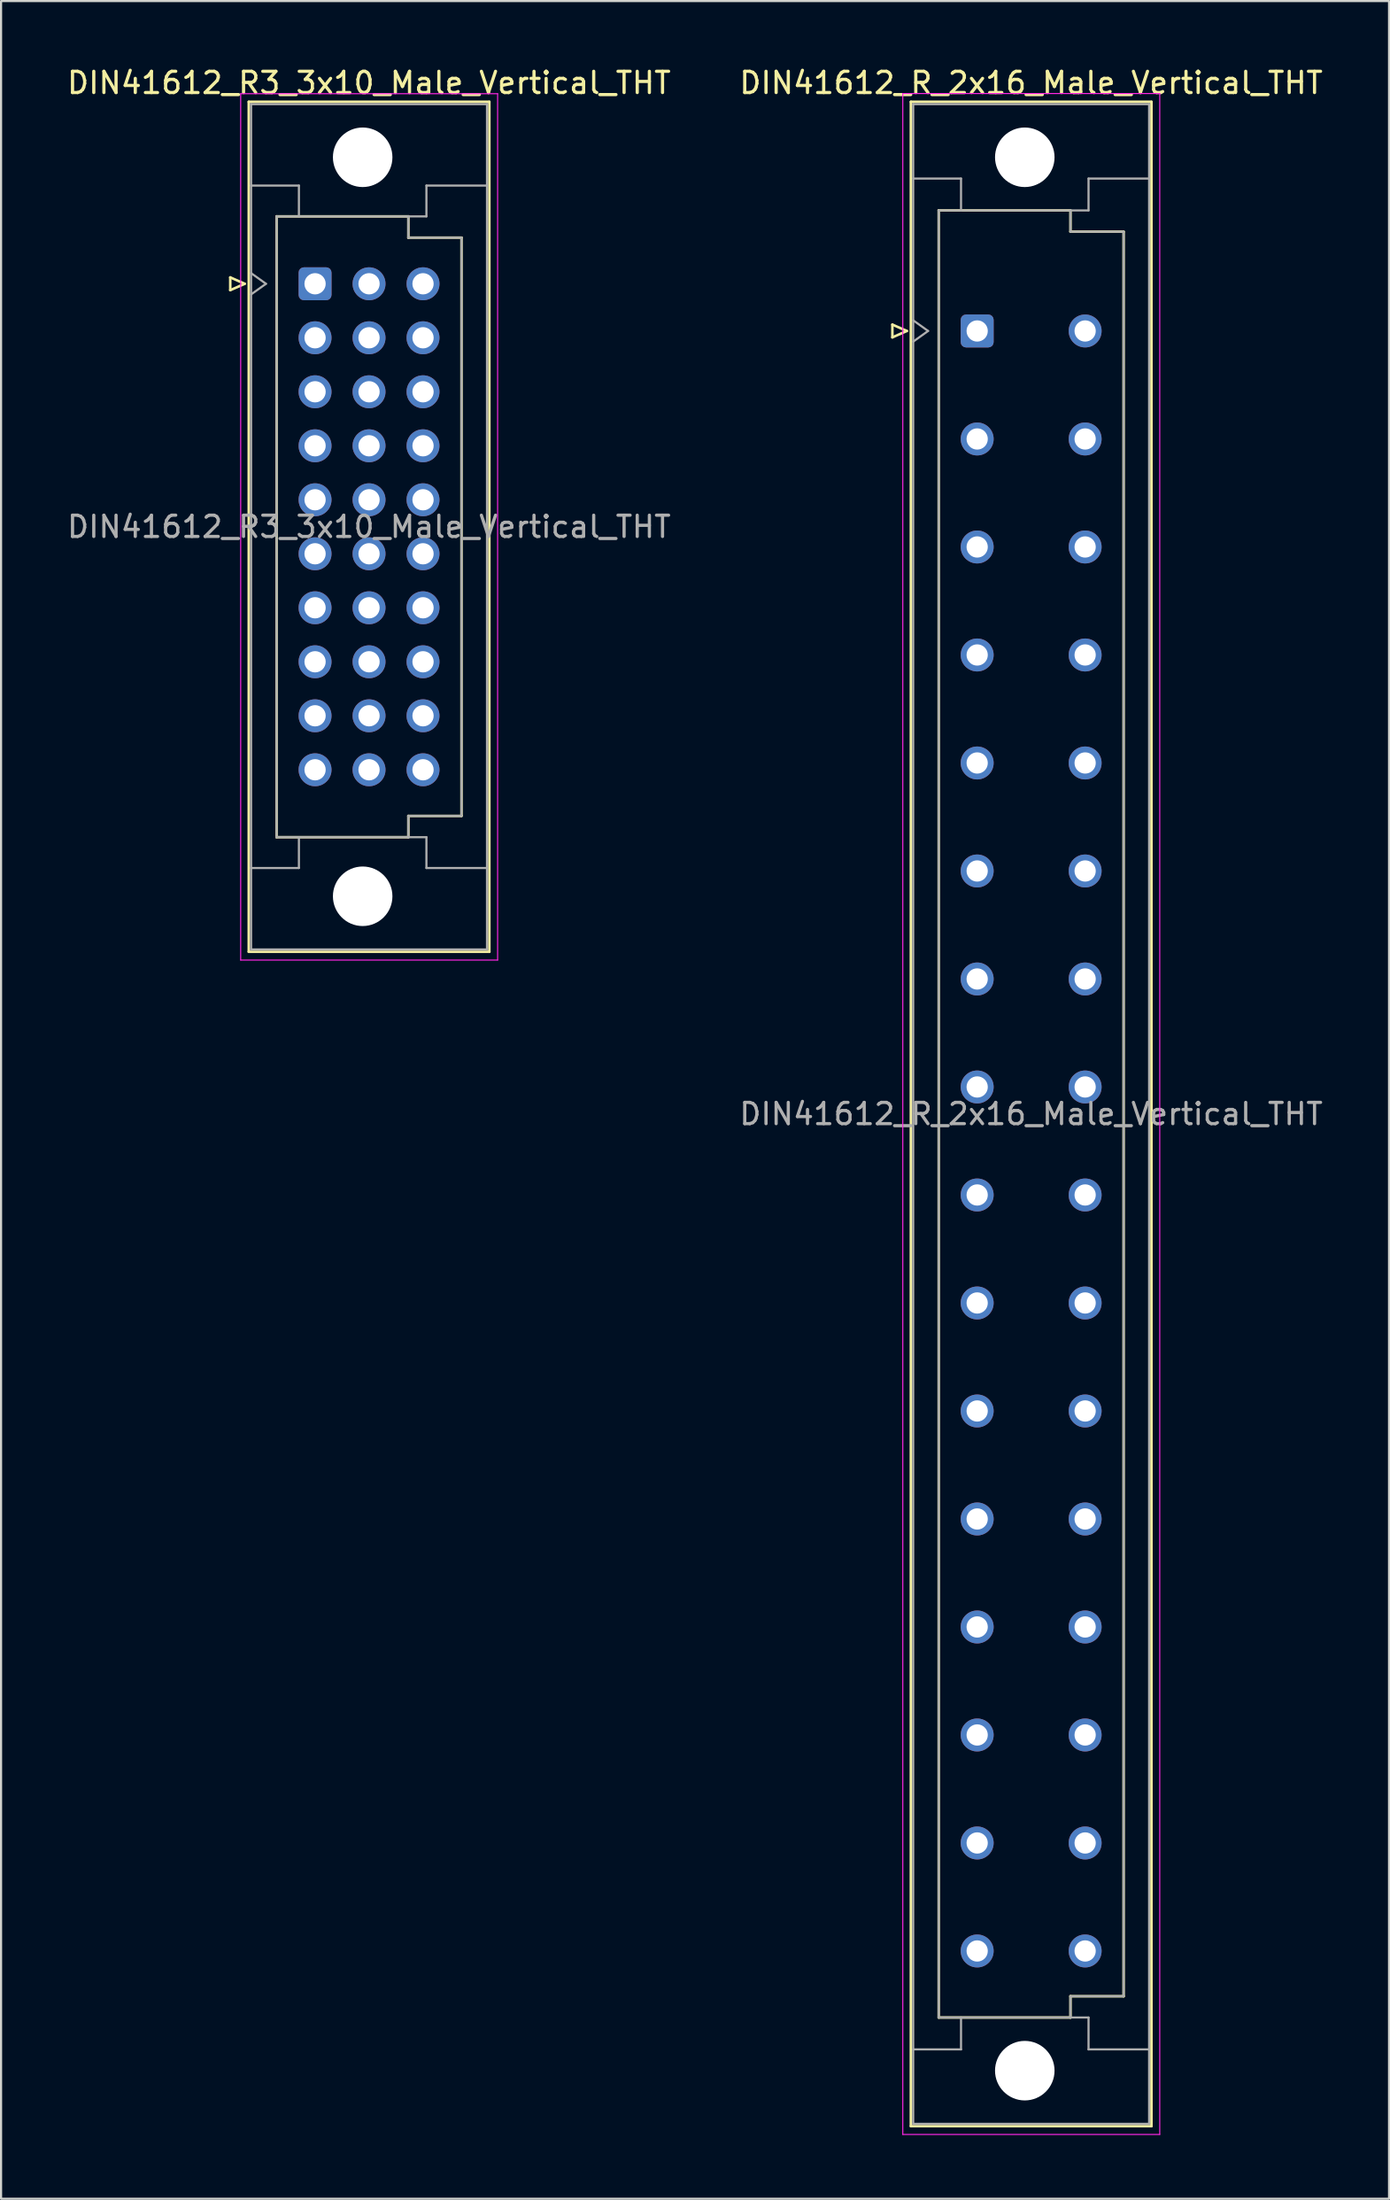
<source format=kicad_pcb>
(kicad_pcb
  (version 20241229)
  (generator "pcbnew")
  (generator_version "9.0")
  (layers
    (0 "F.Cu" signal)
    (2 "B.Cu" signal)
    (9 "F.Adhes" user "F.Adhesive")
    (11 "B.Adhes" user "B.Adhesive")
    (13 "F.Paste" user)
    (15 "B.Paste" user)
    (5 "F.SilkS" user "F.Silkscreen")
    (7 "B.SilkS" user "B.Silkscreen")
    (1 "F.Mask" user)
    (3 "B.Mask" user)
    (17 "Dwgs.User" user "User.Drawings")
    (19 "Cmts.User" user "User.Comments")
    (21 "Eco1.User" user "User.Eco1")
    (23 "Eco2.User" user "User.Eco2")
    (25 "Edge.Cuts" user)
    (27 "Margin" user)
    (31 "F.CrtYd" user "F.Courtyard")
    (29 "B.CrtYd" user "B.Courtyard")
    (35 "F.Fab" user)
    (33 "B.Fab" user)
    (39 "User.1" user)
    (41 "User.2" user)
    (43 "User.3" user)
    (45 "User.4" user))
  (footprint "DIN41612_R3_3x10_Male_Vertical_THT"
    (layer "F.Cu")
    (at 11.775 10.298)
    (property "Reference" "DIN41612_R3_3x10_Male_Vertical_THT" (at 2.54 -9.45 0) (layer "F.SilkS") (effects (font (size 1 1) (thickness 0.15))))
    (attr through_hole)
    (fp_line (start -3.99 -0.3) (end -3.99 0.3) (stroke (width 0.12) (type solid)) (layer "F.SilkS"))
    (fp_line (start -3.99 0.3) (end -3.31 0) (stroke (width 0.12) (type solid)) (layer "F.SilkS"))
    (fp_line (start -3.31 0) (end -3.99 -0.3) (stroke (width 0.12) (type solid)) (layer "F.SilkS"))
    (fp_line (start -3.12 -8.56) (end 8.2 -8.56) (stroke (width 0.12) (type solid)) (layer "F.SilkS"))
    (fp_line (start -3.12 31.42) (end -3.12 -8.56) (stroke (width 0.12) (type solid)) (layer "F.SilkS"))
    (fp_line (start -1.81 -3.17) (end 4.39 -3.17) (stroke (width 0.12) (type solid)) (layer "F.SilkS"))
    (fp_line (start -1.81 26.03) (end -1.81 -3.17) (stroke (width 0.12) (type solid)) (layer "F.SilkS"))
    (fp_line (start 4.39 -3.17) (end 4.39 -2.17) (stroke (width 0.12) (type solid)) (layer "F.SilkS"))
    (fp_line (start 4.39 -2.17) (end 6.89 -2.17) (stroke (width 0.12) (type solid)) (layer "F.SilkS"))
    (fp_line (start 4.39 25.03) (end 4.39 26.03) (stroke (width 0.12) (type solid)) (layer "F.SilkS"))
    (fp_line (start 4.39 26.03) (end -1.81 26.03) (stroke (width 0.12) (type solid)) (layer "F.SilkS"))
    (fp_line (start 6.89 -2.17) (end 6.89 25.03) (stroke (width 0.12) (type solid)) (layer "F.SilkS"))
    (fp_line (start 6.89 25.03) (end 4.39 25.03) (stroke (width 0.12) (type solid)) (layer "F.SilkS"))
    (fp_line (start 8.2 -8.56) (end 8.2 31.42) (stroke (width 0.12) (type solid)) (layer "F.SilkS"))
    (fp_line (start 8.2 31.42) (end -3.12 31.42) (stroke (width 0.12) (type solid)) (layer "F.SilkS"))
    (fp_line (start -3.5 -8.94) (end 8.59 -8.94) (stroke (width 0.05) (type solid)) (layer "F.CrtYd"))
    (fp_line (start -3.5 31.81) (end -3.5 -8.94) (stroke (width 0.05) (type solid)) (layer "F.CrtYd"))
    (fp_line (start 8.59 -8.94) (end 8.59 31.81) (stroke (width 0.05) (type solid)) (layer "F.CrtYd"))
    (fp_line (start 8.59 31.81) (end -3.5 31.81) (stroke (width 0.05) (type solid)) (layer "F.CrtYd"))
    (fp_line (start -3.01 -8.45) (end 8.09 -8.45) (stroke (width 0.1) (type solid)) (layer "F.Fab"))
    (fp_line (start -3.01 -4.62) (end -0.76 -4.62) (stroke (width 0.1) (type solid)) (layer "F.Fab"))
    (fp_line (start -3.01 -0.5) (end -2.31 0) (stroke (width 0.1) (type solid)) (layer "F.Fab"))
    (fp_line (start -3.01 27.48) (end -0.76 27.48) (stroke (width 0.1) (type solid)) (layer "F.Fab"))
    (fp_line (start -3.01 31.31) (end -3.01 -8.45) (stroke (width 0.1) (type solid)) (layer "F.Fab"))
    (fp_line (start -2.31 0) (end -3.01 0.5) (stroke (width 0.1) (type solid)) (layer "F.Fab"))
    (fp_line (start -1.81 -3.17) (end 4.39 -3.17) (stroke (width 0.1) (type solid)) (layer "F.Fab"))
    (fp_line (start -1.81 26.03) (end -1.81 -3.17) (stroke (width 0.1) (type solid)) (layer "F.Fab"))
    (fp_line (start -0.76 -4.62) (end -0.76 -3.17) (stroke (width 0.1) (type solid)) (layer "F.Fab"))
    (fp_line (start -0.76 27.48) (end -0.76 26.03) (stroke (width 0.1) (type solid)) (layer "F.Fab"))
    (fp_line (start 4.39 -3.17) (end 4.39 -2.17) (stroke (width 0.1) (type solid)) (layer "F.Fab"))
    (fp_line (start 4.39 -3.17) (end 5.24 -3.17) (stroke (width 0.1) (type solid)) (layer "F.Fab"))
    (fp_line (start 4.39 -2.17) (end 6.89 -2.17) (stroke (width 0.1) (type solid)) (layer "F.Fab"))
    (fp_line (start 4.39 25.03) (end 4.39 26.03) (stroke (width 0.1) (type solid)) (layer "F.Fab"))
    (fp_line (start 4.39 26.03) (end -1.81 26.03) (stroke (width 0.1) (type solid)) (layer "F.Fab"))
    (fp_line (start 4.39 26.03) (end 5.24 26.03) (stroke (width 0.1) (type solid)) (layer "F.Fab"))
    (fp_line (start 5.24 -4.62) (end 8.09 -4.62) (stroke (width 0.1) (type solid)) (layer "F.Fab"))
    (fp_line (start 5.24 -3.17) (end 5.24 -4.62) (stroke (width 0.1) (type solid)) (layer "F.Fab"))
    (fp_line (start 5.24 26.03) (end 5.24 27.48) (stroke (width 0.1) (type solid)) (layer "F.Fab"))
    (fp_line (start 5.24 27.48) (end 8.09 27.48) (stroke (width 0.1) (type solid)) (layer "F.Fab"))
    (fp_line (start 6.89 -2.17) (end 6.89 25.03) (stroke (width 0.1) (type solid)) (layer "F.Fab"))
    (fp_line (start 6.89 25.03) (end 4.39 25.03) (stroke (width 0.1) (type solid)) (layer "F.Fab"))
    (fp_line (start 8.09 -8.45) (end 8.09 31.31) (stroke (width 0.1) (type solid)) (layer "F.Fab"))
    (fp_line (start 8.09 31.31) (end -3.01 31.31) (stroke (width 0.1) (type solid)) (layer "F.Fab"))
    (fp_text user "${REFERENCE}" (at 2.54 11.43 0) (layer "F.Fab") (effects (font (size 1 1) (thickness 0.15))))
    (pad "" np_thru_hole circle (at 2.24 -5.95) (size 2.8 2.8) (drill 2.8) (layers "*.Cu" "*.Mask"))
    (pad "" np_thru_hole circle (at 2.24 28.81) (size 2.8 2.8) (drill 2.8) (layers "*.Cu" "*.Mask"))
    (pad "a0" thru_hole roundrect (at 0 0) (size 1.55 1.55) (drill 1) (layers "*.Cu" "*.Mask") (roundrect_rratio 0.161))
    (pad "a1" thru_hole circle (at 0 2.54) (size 1.55 1.55) (drill 1) (layers "*.Cu" "*.Mask"))
    (pad "a2" thru_hole circle (at 0 5.08) (size 1.55 1.55) (drill 1) (layers "*.Cu" "*.Mask"))
    (pad "a3" thru_hole circle (at 0 7.62) (size 1.55 1.55) (drill 1) (layers "*.Cu" "*.Mask"))
    (pad "a4" thru_hole circle (at 0 10.16) (size 1.55 1.55) (drill 1) (layers "*.Cu" "*.Mask"))
    (pad "a5" thru_hole circle (at 0 12.7) (size 1.55 1.55) (drill 1) (layers "*.Cu" "*.Mask"))
    (pad "a6" thru_hole circle (at 0 15.24) (size 1.55 1.55) (drill 1) (layers "*.Cu" "*.Mask"))
    (pad "a7" thru_hole circle (at 0 17.78) (size 1.55 1.55) (drill 1) (layers "*.Cu" "*.Mask"))
    (pad "a8" thru_hole circle (at 0 20.32) (size 1.55 1.55) (drill 1) (layers "*.Cu" "*.Mask"))
    (pad "a9" thru_hole circle (at 0 22.86) (size 1.55 1.55) (drill 1) (layers "*.Cu" "*.Mask"))
    (pad "b0" thru_hole circle (at 2.54 0) (size 1.55 1.55) (drill 1) (layers "*.Cu" "*.Mask"))
    (pad "b1" thru_hole circle (at 2.54 2.54) (size 1.55 1.55) (drill 1) (layers "*.Cu" "*.Mask"))
    (pad "b2" thru_hole circle (at 2.54 5.08) (size 1.55 1.55) (drill 1) (layers "*.Cu" "*.Mask"))
    (pad "b3" thru_hole circle (at 2.54 7.62) (size 1.55 1.55) (drill 1) (layers "*.Cu" "*.Mask"))
    (pad "b4" thru_hole circle (at 2.54 10.16) (size 1.55 1.55) (drill 1) (layers "*.Cu" "*.Mask"))
    (pad "b5" thru_hole circle (at 2.54 12.7) (size 1.55 1.55) (drill 1) (layers "*.Cu" "*.Mask"))
    (pad "b6" thru_hole circle (at 2.54 15.24) (size 1.55 1.55) (drill 1) (layers "*.Cu" "*.Mask"))
    (pad "b7" thru_hole circle (at 2.54 17.78) (size 1.55 1.55) (drill 1) (layers "*.Cu" "*.Mask"))
    (pad "b8" thru_hole circle (at 2.54 20.32) (size 1.55 1.55) (drill 1) (layers "*.Cu" "*.Mask"))
    (pad "b9" thru_hole circle (at 2.54 22.86) (size 1.55 1.55) (drill 1) (layers "*.Cu" "*.Mask"))
    (pad "c0" thru_hole circle (at 5.08 0) (size 1.55 1.55) (drill 1) (layers "*.Cu" "*.Mask"))
    (pad "c1" thru_hole circle (at 5.08 2.54) (size 1.55 1.55) (drill 1) (layers "*.Cu" "*.Mask"))
    (pad "c2" thru_hole circle (at 5.08 5.08) (size 1.55 1.55) (drill 1) (layers "*.Cu" "*.Mask"))
    (pad "c3" thru_hole circle (at 5.08 7.62) (size 1.55 1.55) (drill 1) (layers "*.Cu" "*.Mask"))
    (pad "c4" thru_hole circle (at 5.08 10.16) (size 1.55 1.55) (drill 1) (layers "*.Cu" "*.Mask"))
    (pad "c5" thru_hole circle (at 5.08 12.7) (size 1.55 1.55) (drill 1) (layers "*.Cu" "*.Mask"))
    (pad "c6" thru_hole circle (at 5.08 15.24) (size 1.55 1.55) (drill 1) (layers "*.Cu" "*.Mask"))
    (pad "c7" thru_hole circle (at 5.08 17.78) (size 1.55 1.55) (drill 1) (layers "*.Cu" "*.Mask"))
    (pad "c8" thru_hole circle (at 5.08 20.32) (size 1.55 1.55) (drill 1) (layers "*.Cu" "*.Mask"))
    (pad "c9" thru_hole circle (at 5.08 22.86) (size 1.55 1.55) (drill 1) (layers "*.Cu" "*.Mask")))
  (footprint "DIN41612_R_2x16_Male_Vertical_THT"
    (layer "F.Cu")
    (at 42.93 9.978)
    (property "Reference" "DIN41612_R_2x16_Male_Vertical_THT" (at 2.54 -9.13 0) (layer "F.SilkS") (effects (font (size 1 1) (thickness 0.15))))
    (attr through_hole)
    (fp_line (start -3.99 2.24) (end -3.99 2.84) (stroke (width 0.12) (type solid)) (layer "F.SilkS"))
    (fp_line (start -3.99 2.84) (end -3.31 2.54) (stroke (width 0.12) (type solid)) (layer "F.SilkS"))
    (fp_line (start -3.31 2.54) (end -3.99 2.24) (stroke (width 0.12) (type solid)) (layer "F.SilkS"))
    (fp_line (start -3.12 -8.24) (end 8.2 -8.24) (stroke (width 0.12) (type solid)) (layer "F.SilkS"))
    (fp_line (start -3.12 86.98) (end -3.12 -8.24) (stroke (width 0.12) (type solid)) (layer "F.SilkS"))
    (fp_line (start -1.81 -3.131) (end 4.39 -3.131) (stroke (width 0.12) (type solid)) (layer "F.SilkS"))
    (fp_line (start -1.81 81.87) (end -1.81 -3.131) (stroke (width 0.12) (type solid)) (layer "F.SilkS"))
    (fp_line (start 4.39 -3.131) (end 4.39 -2.131) (stroke (width 0.12) (type solid)) (layer "F.SilkS"))
    (fp_line (start 4.39 -2.131) (end 6.89 -2.131) (stroke (width 0.12) (type solid)) (layer "F.SilkS"))
    (fp_line (start 4.39 80.87) (end 4.39 81.87) (stroke (width 0.12) (type solid)) (layer "F.SilkS"))
    (fp_line (start 4.39 81.87) (end -1.81 81.87) (stroke (width 0.12) (type solid)) (layer "F.SilkS"))
    (fp_line (start 6.89 -2.131) (end 6.89 80.87) (stroke (width 0.12) (type solid)) (layer "F.SilkS"))
    (fp_line (start 6.89 80.87) (end 4.39 80.87) (stroke (width 0.12) (type solid)) (layer "F.SilkS"))
    (fp_line (start 8.2 -8.24) (end 8.2 86.98) (stroke (width 0.12) (type solid)) (layer "F.SilkS"))
    (fp_line (start 8.2 86.98) (end -3.12 86.98) (stroke (width 0.12) (type solid)) (layer "F.SilkS"))
    (fp_line (start -3.5 -8.63) (end 8.59 -8.63) (stroke (width 0.05) (type solid)) (layer "F.CrtYd"))
    (fp_line (start -3.5 87.37) (end -3.5 -8.63) (stroke (width 0.05) (type solid)) (layer "F.CrtYd"))
    (fp_line (start 8.59 -8.63) (end 8.59 87.37) (stroke (width 0.05) (type solid)) (layer "F.CrtYd"))
    (fp_line (start 8.59 87.37) (end -3.5 87.37) (stroke (width 0.05) (type solid)) (layer "F.CrtYd"))
    (fp_line (start -3.01 -8.13) (end 8.09 -8.13) (stroke (width 0.1) (type solid)) (layer "F.Fab"))
    (fp_line (start -3.01 -4.63) (end -0.76 -4.63) (stroke (width 0.1) (type solid)) (layer "F.Fab"))
    (fp_line (start -3.01 2.04) (end -2.31 2.54) (stroke (width 0.1) (type solid)) (layer "F.Fab"))
    (fp_line (start -3.01 83.37) (end -0.76 83.37) (stroke (width 0.1) (type solid)) (layer "F.Fab"))
    (fp_line (start -3.01 86.87) (end -3.01 -8.13) (stroke (width 0.1) (type solid)) (layer "F.Fab"))
    (fp_line (start -2.31 2.54) (end -3.01 3.04) (stroke (width 0.1) (type solid)) (layer "F.Fab"))
    (fp_line (start -1.81 -3.13) (end 4.39 -3.13) (stroke (width 0.1) (type solid)) (layer "F.Fab"))
    (fp_line (start -1.81 81.87) (end -1.81 -3.13) (stroke (width 0.1) (type solid)) (layer "F.Fab"))
    (fp_line (start -0.76 -4.63) (end -0.76 -3.13) (stroke (width 0.1) (type solid)) (layer "F.Fab"))
    (fp_line (start -0.76 83.37) (end -0.76 81.87) (stroke (width 0.1) (type solid)) (layer "F.Fab"))
    (fp_line (start 4.39 -3.13) (end 4.39 -2.13) (stroke (width 0.1) (type solid)) (layer "F.Fab"))
    (fp_line (start 4.39 -3.13) (end 5.24 -3.13) (stroke (width 0.1) (type solid)) (layer "F.Fab"))
    (fp_line (start 4.39 -2.13) (end 6.89 -2.13) (stroke (width 0.1) (type solid)) (layer "F.Fab"))
    (fp_line (start 4.39 80.87) (end 4.39 81.87) (stroke (width 0.1) (type solid)) (layer "F.Fab"))
    (fp_line (start 4.39 81.87) (end -1.81 81.87) (stroke (width 0.1) (type solid)) (layer "F.Fab"))
    (fp_line (start 4.39 81.87) (end 5.24 81.87) (stroke (width 0.1) (type solid)) (layer "F.Fab"))
    (fp_line (start 5.24 -4.63) (end 8.09 -4.63) (stroke (width 0.1) (type solid)) (layer "F.Fab"))
    (fp_line (start 5.24 -3.13) (end 5.24 -4.63) (stroke (width 0.1) (type solid)) (layer "F.Fab"))
    (fp_line (start 5.24 81.87) (end 5.24 83.37) (stroke (width 0.1) (type solid)) (layer "F.Fab"))
    (fp_line (start 5.24 83.37) (end 8.09 83.37) (stroke (width 0.1) (type solid)) (layer "F.Fab"))
    (fp_line (start 6.89 -2.13) (end 6.89 80.87) (stroke (width 0.1) (type solid)) (layer "F.Fab"))
    (fp_line (start 6.89 80.87) (end 4.39 80.87) (stroke (width 0.1) (type solid)) (layer "F.Fab"))
    (fp_line (start 8.09 -8.13) (end 8.09 86.87) (stroke (width 0.1) (type solid)) (layer "F.Fab"))
    (fp_line (start 8.09 86.87) (end -3.01 86.87) (stroke (width 0.1) (type solid)) (layer "F.Fab"))
    (fp_text user "${REFERENCE}" (at 2.54 39.37 0) (layer "F.Fab") (effects (font (size 1 1) (thickness 0.15))))
    (pad "" np_thru_hole circle (at 2.24 -5.63) (size 2.8 2.8) (drill 2.8) (layers "*.Cu" "*.Mask"))
    (pad "" np_thru_hole circle (at 2.24 84.37) (size 2.8 2.8) (drill 2.8) (layers "*.Cu" "*.Mask"))
    (pad "a0" thru_hole roundrect (at 0 2.54) (size 1.55 1.55) (drill 1) (layers "*.Cu" "*.Mask") (roundrect_rratio 0.161))
    (pad "a1" thru_hole circle (at 0 7.62) (size 1.55 1.55) (drill 1) (layers "*.Cu" "*.Mask"))
    (pad "a2" thru_hole circle (at 0 12.7) (size 1.55 1.55) (drill 1) (layers "*.Cu" "*.Mask"))
    (pad "a3" thru_hole circle (at 0 17.78) (size 1.55 1.55) (drill 1) (layers "*.Cu" "*.Mask"))
    (pad "a4" thru_hole circle (at 0 22.86) (size 1.55 1.55) (drill 1) (layers "*.Cu" "*.Mask"))
    (pad "a5" thru_hole circle (at 0 27.94) (size 1.55 1.55) (drill 1) (layers "*.Cu" "*.Mask"))
    (pad "a6" thru_hole circle (at 0 33.02) (size 1.55 1.55) (drill 1) (layers "*.Cu" "*.Mask"))
    (pad "a7" thru_hole circle (at 0 38.1) (size 1.55 1.55) (drill 1) (layers "*.Cu" "*.Mask"))
    (pad "a8" thru_hole circle (at 0 43.18) (size 1.55 1.55) (drill 1) (layers "*.Cu" "*.Mask"))
    (pad "a9" thru_hole circle (at 0 48.26) (size 1.55 1.55) (drill 1) (layers "*.Cu" "*.Mask"))
    (pad "a10" thru_hole circle (at 0 53.34) (size 1.55 1.55) (drill 1) (layers "*.Cu" "*.Mask"))
    (pad "a11" thru_hole circle (at 0 58.42) (size 1.55 1.55) (drill 1) (layers "*.Cu" "*.Mask"))
    (pad "a12" thru_hole circle (at 0 63.5) (size 1.55 1.55) (drill 1) (layers "*.Cu" "*.Mask"))
    (pad "a13" thru_hole circle (at 0 68.58) (size 1.55 1.55) (drill 1) (layers "*.Cu" "*.Mask"))
    (pad "a14" thru_hole circle (at 0 73.66) (size 1.55 1.55) (drill 1) (layers "*.Cu" "*.Mask"))
    (pad "a15" thru_hole circle (at 0 78.74) (size 1.55 1.55) (drill 1) (layers "*.Cu" "*.Mask"))
    (pad "c0" thru_hole circle (at 5.08 2.54) (size 1.55 1.55) (drill 1) (layers "*.Cu" "*.Mask"))
    (pad "c1" thru_hole circle (at 5.08 7.62) (size 1.55 1.55) (drill 1) (layers "*.Cu" "*.Mask"))
    (pad "c2" thru_hole circle (at 5.08 12.7) (size 1.55 1.55) (drill 1) (layers "*.Cu" "*.Mask"))
    (pad "c3" thru_hole circle (at 5.08 17.78) (size 1.55 1.55) (drill 1) (layers "*.Cu" "*.Mask"))
    (pad "c4" thru_hole circle (at 5.08 22.86) (size 1.55 1.55) (drill 1) (layers "*.Cu" "*.Mask"))
    (pad "c5" thru_hole circle (at 5.08 27.94) (size 1.55 1.55) (drill 1) (layers "*.Cu" "*.Mask"))
    (pad "c6" thru_hole circle (at 5.08 33.02) (size 1.55 1.55) (drill 1) (layers "*.Cu" "*.Mask"))
    (pad "c7" thru_hole circle (at 5.08 38.1) (size 1.55 1.55) (drill 1) (layers "*.Cu" "*.Mask"))
    (pad "c8" thru_hole circle (at 5.08 43.18) (size 1.55 1.55) (drill 1) (layers "*.Cu" "*.Mask"))
    (pad "c9" thru_hole circle (at 5.08 48.26) (size 1.55 1.55) (drill 1) (layers "*.Cu" "*.Mask"))
    (pad "c10" thru_hole circle (at 5.08 53.34) (size 1.55 1.55) (drill 1) (layers "*.Cu" "*.Mask"))
    (pad "c11" thru_hole circle (at 5.08 58.42) (size 1.55 1.55) (drill 1) (layers "*.Cu" "*.Mask"))
    (pad "c12" thru_hole circle (at 5.08 63.5) (size 1.55 1.55) (drill 1) (layers "*.Cu" "*.Mask"))
    (pad "c13" thru_hole circle (at 5.08 68.58) (size 1.55 1.55) (drill 1) (layers "*.Cu" "*.Mask"))
    (pad "c14" thru_hole circle (at 5.08 73.66) (size 1.55 1.55) (drill 1) (layers "*.Cu" "*.Mask"))
    (pad "c15" thru_hole circle (at 5.08 78.74) (size 1.55 1.55) (drill 1) (layers "*.Cu" "*.Mask")))
  (gr_rect
    (start -3 -3)
    (end 62.31 100.373)
    (stroke (width 0.1) (type default))
    (fill no)
    (layer "Edge.Cuts")))
</source>
